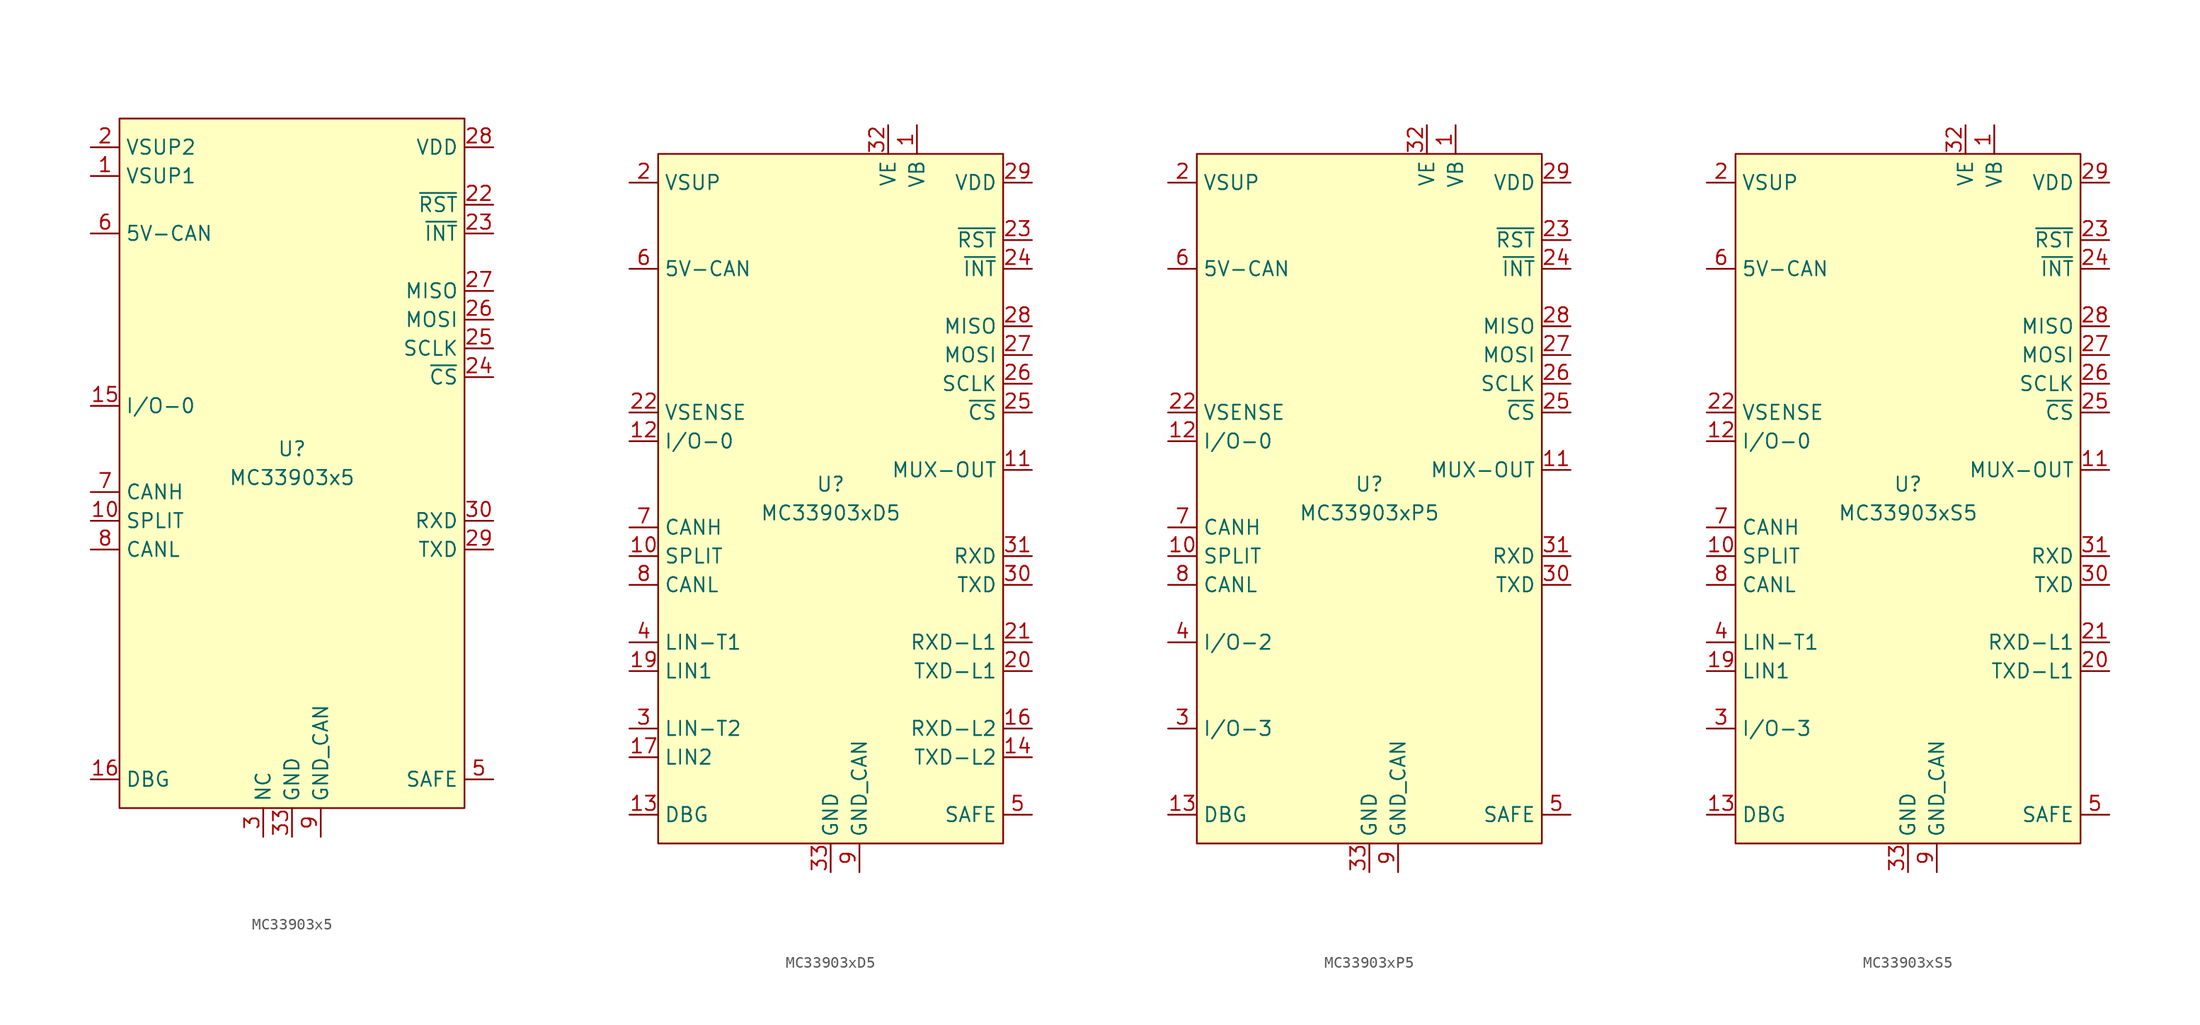
<source format=kicad_sym>
(kicad_symbol_lib
  (version 20211014)
  (generator kicad_symbol_editor)
  (symbol "MC33903x5"
    (property "Reference" "U"
      (at 0 1.27 0)
      (effects (font (size 1.27 1.27))))
    (property "Value" "MC33903x5"
      (at 0 -1.27 0)
      (effects (font (size 1.27 1.27))))
    (symbol "MC33903x5_0_0"
      (pin power_in line (at -17.78 25.4 0) (length 2.54) (name "VSUP1" (effects (font (size 1.27 1.27)))) (number "1" (effects (font (size 1.27 1.27)))))
      (pin output line (at -17.78 -5.08 0) (length 2.54) (name "SPLIT" (effects (font (size 1.27 1.27)))) (number "10" (effects (font (size 1.27 1.27)))))
      (pin passive line (at -2.54 -33.02 90) (length 2.54) hide (name "NC" (effects (font (size 1.27 1.27)))) (number "11" (effects (font (size 1.27 1.27)))))
      (pin passive line (at -2.54 -33.02 90) (length 2.54) hide (name "NC" (effects (font (size 1.27 1.27)))) (number "12" (effects (font (size 1.27 1.27)))))
      (pin passive line (at -2.54 -33.02 90) (length 2.54) hide (name "NC" (effects (font (size 1.27 1.27)))) (number "13" (effects (font (size 1.27 1.27)))))
      (pin passive line (at -2.54 -33.02 90) (length 2.54) hide (name "NC" (effects (font (size 1.27 1.27)))) (number "14" (effects (font (size 1.27 1.27)))))
      (pin bidirectional line (at -17.78 5.08 0) (length 2.54) (name "I/O-0" (effects (font (size 1.27 1.27)))) (number "15" (effects (font (size 1.27 1.27)))))
      (pin input line (at -17.78 -27.94 0) (length 2.54) (name "DBG" (effects (font (size 1.27 1.27)))) (number "16" (effects (font (size 1.27 1.27)))))
      (pin passive line (at -2.54 -33.02 90) (length 2.54) hide (name "NC" (effects (font (size 1.27 1.27)))) (number "17" (effects (font (size 1.27 1.27)))))
      (pin passive line (at -2.54 -33.02 90) (length 2.54) hide (name "NC" (effects (font (size 1.27 1.27)))) (number "18" (effects (font (size 1.27 1.27)))))
      (pin passive line (at -2.54 -33.02 90) (length 2.54) hide (name "NC" (effects (font (size 1.27 1.27)))) (number "19" (effects (font (size 1.27 1.27)))))
      (pin power_in line (at -17.78 27.94 0) (length 2.54) (name "VSUP2" (effects (font (size 1.27 1.27)))) (number "2" (effects (font (size 1.27 1.27)))))
      (pin passive line (at -2.54 -33.02 90) (length 2.54) hide (name "NC" (effects (font (size 1.27 1.27)))) (number "20" (effects (font (size 1.27 1.27)))))
      (pin passive line (at -2.54 -33.02 90) (length 2.54) hide (name "NC" (effects (font (size 1.27 1.27)))) (number "21" (effects (font (size 1.27 1.27)))))
      (pin output line (at 17.78 22.86 180) (length 2.54) (name "~{RST}" (effects (font (size 1.27 1.27)))) (number "22" (effects (font (size 1.27 1.27)))))
      (pin output line (at 17.78 20.32 180) (length 2.54) (name "~{INT}" (effects (font (size 1.27 1.27)))) (number "23" (effects (font (size 1.27 1.27)))))
      (pin input line (at 17.78 7.62 180) (length 2.54) (name "~{CS}" (effects (font (size 1.27 1.27)))) (number "24" (effects (font (size 1.27 1.27)))))
      (pin input line (at 17.78 10.16 180) (length 2.54) (name "SCLK" (effects (font (size 1.27 1.27)))) (number "25" (effects (font (size 1.27 1.27)))))
      (pin input line (at 17.78 12.7 180) (length 2.54) (name "MOSI" (effects (font (size 1.27 1.27)))) (number "26" (effects (font (size 1.27 1.27)))))
      (pin output line (at 17.78 15.24 180) (length 2.54) (name "MISO" (effects (font (size 1.27 1.27)))) (number "27" (effects (font (size 1.27 1.27)))))
      (pin power_out line (at 17.78 27.94 180) (length 2.54) (name "VDD" (effects (font (size 1.27 1.27)))) (number "28" (effects (font (size 1.27 1.27)))))
      (pin input line (at 17.78 -7.62 180) (length 2.54) (name "TXD" (effects (font (size 1.27 1.27)))) (number "29" (effects (font (size 1.27 1.27)))))
      (pin passive line (at -2.54 -33.02 90) (length 2.54) (name "NC" (effects (font (size 1.27 1.27)))) (number "3" (effects (font (size 1.27 1.27)))))
      (pin output line (at 17.78 -5.08 180) (length 2.54) (name "RXD" (effects (font (size 1.27 1.27)))) (number "30" (effects (font (size 1.27 1.27)))))
      (pin passive line (at -2.54 -33.02 90) (length 2.54) hide (name "NC" (effects (font (size 1.27 1.27)))) (number "31" (effects (font (size 1.27 1.27)))))
      (pin passive line (at -2.54 -33.02 90) (length 2.54) hide (name "NC" (effects (font (size 1.27 1.27)))) (number "32" (effects (font (size 1.27 1.27)))))
      (pin power_in line (at 0 -33.02 90) (length 2.54) (name "GND" (effects (font (size 1.27 1.27)))) (number "33" (effects (font (size 1.27 1.27)))))
      (pin passive line (at -2.54 -33.02 90) (length 2.54) hide (name "NC" (effects (font (size 1.27 1.27)))) (number "4" (effects (font (size 1.27 1.27)))))
      (pin output line (at 17.78 -27.94 180) (length 2.54) (name "SAFE" (effects (font (size 1.27 1.27)))) (number "5" (effects (font (size 1.27 1.27)))))
      (pin passive line (at -17.78 20.32 0) (length 2.54) (name "5V-CAN" (effects (font (size 1.27 1.27)))) (number "6" (effects (font (size 1.27 1.27)))))
      (pin bidirectional line (at -17.78 -2.54 0) (length 2.54) (name "CANH" (effects (font (size 1.27 1.27)))) (number "7" (effects (font (size 1.27 1.27)))))
      (pin bidirectional line (at -17.78 -7.62 0) (length 2.54) (name "CANL" (effects (font (size 1.27 1.27)))) (number "8" (effects (font (size 1.27 1.27)))))
      (pin power_in line (at 2.54 -33.02 90) (length 2.54) (name "GND_CAN" (effects (font (size 1.27 1.27)))) (number "9" (effects (font (size 1.27 1.27))))))
    (symbol "MC33903x5_0_1"
      (rectangle (start -15.24 30.48) (end 15.24 -30.48) (stroke (width 0.152) (type default) (color 0 0 0 0)) (fill (type background)))))
  (symbol "MC33903xD5"
    (property "Reference" "U"
      (at 0 1.27 0)
      (effects (font (size 1.27 1.27))))
    (property "Value" "MC33903xD5"
      (at 0 -1.27 0)
      (effects (font (size 1.27 1.27))))
    (symbol "MC33903xD5_0_0"
      (pin output line (at 7.62 33.02 270) (length 2.54) (name "VB" (effects (font (size 1.27 1.27)))) (number "1" (effects (font (size 1.27 1.27)))))
      (pin output line (at -17.78 -5.08 0) (length 2.54) (name "SPLIT" (effects (font (size 1.27 1.27)))) (number "10" (effects (font (size 1.27 1.27)))))
      (pin output line (at 17.78 2.54 180) (length 2.54) (name "MUX-OUT" (effects (font (size 1.27 1.27)))) (number "11" (effects (font (size 1.27 1.27)))))
      (pin bidirectional line (at -17.78 5.08 0) (length 2.54) (name "I/O-0" (effects (font (size 1.27 1.27)))) (number "12" (effects (font (size 1.27 1.27)))))
      (pin input line (at -17.78 -27.94 0) (length 2.54) (name "DBG" (effects (font (size 1.27 1.27)))) (number "13" (effects (font (size 1.27 1.27)))))
      (pin input line (at 17.78 -22.86 180) (length 2.54) (name "TXD-L2" (effects (font (size 1.27 1.27)))) (number "14" (effects (font (size 1.27 1.27)))))
      (pin passive line (at 0 -33.02 90) (length 2.54) hide (name "GND" (effects (font (size 1.27 1.27)))) (number "15" (effects (font (size 1.27 1.27)))))
      (pin output line (at 17.78 -20.32 180) (length 2.54) (name "RXD-L2" (effects (font (size 1.27 1.27)))) (number "16" (effects (font (size 1.27 1.27)))))
      (pin bidirectional line (at -17.78 -22.86 0) (length 2.54) (name "LIN2" (effects (font (size 1.27 1.27)))) (number "17" (effects (font (size 1.27 1.27)))))
      (pin passive line (at 0 -33.02 90) (length 2.54) hide (name "GND" (effects (font (size 1.27 1.27)))) (number "18" (effects (font (size 1.27 1.27)))))
      (pin bidirectional line (at -17.78 -15.24 0) (length 2.54) (name "LIN1" (effects (font (size 1.27 1.27)))) (number "19" (effects (font (size 1.27 1.27)))))
      (pin power_in line (at -17.78 27.94 0) (length 2.54) (name "VSUP" (effects (font (size 1.27 1.27)))) (number "2" (effects (font (size 1.27 1.27)))))
      (pin input line (at 17.78 -15.24 180) (length 2.54) (name "TXD-L1" (effects (font (size 1.27 1.27)))) (number "20" (effects (font (size 1.27 1.27)))))
      (pin output line (at 17.78 -12.7 180) (length 2.54) (name "RXD-L1" (effects (font (size 1.27 1.27)))) (number "21" (effects (font (size 1.27 1.27)))))
      (pin input line (at -17.78 7.62 0) (length 2.54) (name "VSENSE" (effects (font (size 1.27 1.27)))) (number "22" (effects (font (size 1.27 1.27)))))
      (pin output line (at 17.78 22.86 180) (length 2.54) (name "~{RST}" (effects (font (size 1.27 1.27)))) (number "23" (effects (font (size 1.27 1.27)))))
      (pin output line (at 17.78 20.32 180) (length 2.54) (name "~{INT}" (effects (font (size 1.27 1.27)))) (number "24" (effects (font (size 1.27 1.27)))))
      (pin input line (at 17.78 7.62 180) (length 2.54) (name "~{CS}" (effects (font (size 1.27 1.27)))) (number "25" (effects (font (size 1.27 1.27)))))
      (pin input line (at 17.78 10.16 180) (length 2.54) (name "SCLK" (effects (font (size 1.27 1.27)))) (number "26" (effects (font (size 1.27 1.27)))))
      (pin input line (at 17.78 12.7 180) (length 2.54) (name "MOSI" (effects (font (size 1.27 1.27)))) (number "27" (effects (font (size 1.27 1.27)))))
      (pin output line (at 17.78 15.24 180) (length 2.54) (name "MISO" (effects (font (size 1.27 1.27)))) (number "28" (effects (font (size 1.27 1.27)))))
      (pin power_out line (at 17.78 27.94 180) (length 2.54) (name "VDD" (effects (font (size 1.27 1.27)))) (number "29" (effects (font (size 1.27 1.27)))))
      (pin bidirectional line (at -17.78 -20.32 0) (length 2.54) (name "LIN-T2" (effects (font (size 1.27 1.27)))) (number "3" (effects (font (size 1.27 1.27)))) (alternate "I/O-3" bidirectional line))
      (pin input line (at 17.78 -7.62 180) (length 2.54) (name "TXD" (effects (font (size 1.27 1.27)))) (number "30" (effects (font (size 1.27 1.27)))))
      (pin output line (at 17.78 -5.08 180) (length 2.54) (name "RXD" (effects (font (size 1.27 1.27)))) (number "31" (effects (font (size 1.27 1.27)))))
      (pin output line (at 5.08 33.02 270) (length 2.54) (name "VE" (effects (font (size 1.27 1.27)))) (number "32" (effects (font (size 1.27 1.27)))))
      (pin power_in line (at 0 -33.02 90) (length 2.54) (name "GND" (effects (font (size 1.27 1.27)))) (number "33" (effects (font (size 1.27 1.27)))))
      (pin bidirectional line (at -17.78 -12.7 0) (length 2.54) (name "LIN-T1" (effects (font (size 1.27 1.27)))) (number "4" (effects (font (size 1.27 1.27)))) (alternate "I/O-2" bidirectional line))
      (pin output line (at 17.78 -27.94 180) (length 2.54) (name "SAFE" (effects (font (size 1.27 1.27)))) (number "5" (effects (font (size 1.27 1.27)))))
      (pin passive line (at -17.78 20.32 0) (length 2.54) (name "5V-CAN" (effects (font (size 1.27 1.27)))) (number "6" (effects (font (size 1.27 1.27)))))
      (pin bidirectional line (at -17.78 -2.54 0) (length 2.54) (name "CANH" (effects (font (size 1.27 1.27)))) (number "7" (effects (font (size 1.27 1.27)))))
      (pin bidirectional line (at -17.78 -7.62 0) (length 2.54) (name "CANL" (effects (font (size 1.27 1.27)))) (number "8" (effects (font (size 1.27 1.27)))))
      (pin power_in line (at 2.54 -33.02 90) (length 2.54) (name "GND_CAN" (effects (font (size 1.27 1.27)))) (number "9" (effects (font (size 1.27 1.27))))))
    (symbol "MC33903xD5_0_1"
      (rectangle (start -15.24 30.48) (end 15.24 -30.48) (stroke (width 0.152) (type default) (color 0 0 0 0)) (fill (type background)))))
  (symbol "MC33903xP5"
    (property "Reference" "U"
      (at 0 1.27 0)
      (effects (font (size 1.27 1.27))))
    (property "Value" "MC33903xP5"
      (at 0 -1.27 0)
      (effects (font (size 1.27 1.27))))
    (symbol "MC33903xP5_0_0"
      (pin output line (at 7.62 33.02 270) (length 2.54) (name "VB" (effects (font (size 1.27 1.27)))) (number "1" (effects (font (size 1.27 1.27)))))
      (pin output line (at -17.78 -5.08 0) (length 2.54) (name "SPLIT" (effects (font (size 1.27 1.27)))) (number "10" (effects (font (size 1.27 1.27)))))
      (pin output line (at 17.78 2.54 180) (length 2.54) (name "MUX-OUT" (effects (font (size 1.27 1.27)))) (number "11" (effects (font (size 1.27 1.27)))))
      (pin bidirectional line (at -17.78 5.08 0) (length 2.54) (name "I/O-0" (effects (font (size 1.27 1.27)))) (number "12" (effects (font (size 1.27 1.27)))))
      (pin input line (at -17.78 -27.94 0) (length 2.54) (name "DBG" (effects (font (size 1.27 1.27)))) (number "13" (effects (font (size 1.27 1.27)))))
      (pin no_connect line (at 15.24 -22.86 180) (length 2.54) hide (name "NC" (effects (font (size 1.27 1.27)))) (number "14" (effects (font (size 1.27 1.27)))))
      (pin passive line (at 0 -33.02 90) (length 2.54) hide (name "GND" (effects (font (size 1.27 1.27)))) (number "15" (effects (font (size 1.27 1.27)))))
      (pin no_connect line (at 15.24 -20.32 180) (length 2.54) hide (name "NC" (effects (font (size 1.27 1.27)))) (number "16" (effects (font (size 1.27 1.27)))))
      (pin no_connect line (at -15.24 -22.86 0) (length 2.54) hide (name "NC" (effects (font (size 1.27 1.27)))) (number "17" (effects (font (size 1.27 1.27)))))
      (pin passive line (at 0 -33.02 90) (length 2.54) hide (name "GND" (effects (font (size 1.27 1.27)))) (number "18" (effects (font (size 1.27 1.27)))))
      (pin no_connect line (at -15.24 -15.24 0) (length 2.54) hide (name "NC" (effects (font (size 1.27 1.27)))) (number "19" (effects (font (size 1.27 1.27)))))
      (pin power_in line (at -17.78 27.94 0) (length 2.54) (name "VSUP" (effects (font (size 1.27 1.27)))) (number "2" (effects (font (size 1.27 1.27)))))
      (pin no_connect line (at 15.24 -15.24 180) (length 2.54) hide (name "NC" (effects (font (size 1.27 1.27)))) (number "20" (effects (font (size 1.27 1.27)))))
      (pin no_connect line (at 15.24 -12.7 180) (length 2.54) hide (name "NC" (effects (font (size 1.27 1.27)))) (number "21" (effects (font (size 1.27 1.27)))))
      (pin input line (at -17.78 7.62 0) (length 2.54) (name "VSENSE" (effects (font (size 1.27 1.27)))) (number "22" (effects (font (size 1.27 1.27)))))
      (pin output line (at 17.78 22.86 180) (length 2.54) (name "~{RST}" (effects (font (size 1.27 1.27)))) (number "23" (effects (font (size 1.27 1.27)))))
      (pin output line (at 17.78 20.32 180) (length 2.54) (name "~{INT}" (effects (font (size 1.27 1.27)))) (number "24" (effects (font (size 1.27 1.27)))))
      (pin input line (at 17.78 7.62 180) (length 2.54) (name "~{CS}" (effects (font (size 1.27 1.27)))) (number "25" (effects (font (size 1.27 1.27)))))
      (pin input line (at 17.78 10.16 180) (length 2.54) (name "SCLK" (effects (font (size 1.27 1.27)))) (number "26" (effects (font (size 1.27 1.27)))))
      (pin input line (at 17.78 12.7 180) (length 2.54) (name "MOSI" (effects (font (size 1.27 1.27)))) (number "27" (effects (font (size 1.27 1.27)))))
      (pin output line (at 17.78 15.24 180) (length 2.54) (name "MISO" (effects (font (size 1.27 1.27)))) (number "28" (effects (font (size 1.27 1.27)))))
      (pin power_out line (at 17.78 27.94 180) (length 2.54) (name "VDD" (effects (font (size 1.27 1.27)))) (number "29" (effects (font (size 1.27 1.27)))))
      (pin bidirectional line (at -17.78 -20.32 0) (length 2.54) (name "I/O-3" (effects (font (size 1.27 1.27)))) (number "3" (effects (font (size 1.27 1.27)))))
      (pin input line (at 17.78 -7.62 180) (length 2.54) (name "TXD" (effects (font (size 1.27 1.27)))) (number "30" (effects (font (size 1.27 1.27)))))
      (pin output line (at 17.78 -5.08 180) (length 2.54) (name "RXD" (effects (font (size 1.27 1.27)))) (number "31" (effects (font (size 1.27 1.27)))))
      (pin output line (at 5.08 33.02 270) (length 2.54) (name "VE" (effects (font (size 1.27 1.27)))) (number "32" (effects (font (size 1.27 1.27)))))
      (pin power_in line (at 0 -33.02 90) (length 2.54) (name "GND" (effects (font (size 1.27 1.27)))) (number "33" (effects (font (size 1.27 1.27)))))
      (pin bidirectional line (at -17.78 -12.7 0) (length 2.54) (name "I/O-2" (effects (font (size 1.27 1.27)))) (number "4" (effects (font (size 1.27 1.27)))))
      (pin output line (at 17.78 -27.94 180) (length 2.54) (name "SAFE" (effects (font (size 1.27 1.27)))) (number "5" (effects (font (size 1.27 1.27)))))
      (pin passive line (at -17.78 20.32 0) (length 2.54) (name "5V-CAN" (effects (font (size 1.27 1.27)))) (number "6" (effects (font (size 1.27 1.27)))))
      (pin bidirectional line (at -17.78 -2.54 0) (length 2.54) (name "CANH" (effects (font (size 1.27 1.27)))) (number "7" (effects (font (size 1.27 1.27)))))
      (pin bidirectional line (at -17.78 -7.62 0) (length 2.54) (name "CANL" (effects (font (size 1.27 1.27)))) (number "8" (effects (font (size 1.27 1.27)))))
      (pin power_in line (at 2.54 -33.02 90) (length 2.54) (name "GND_CAN" (effects (font (size 1.27 1.27)))) (number "9" (effects (font (size 1.27 1.27))))))
    (symbol "MC33903xP5_0_1"
      (rectangle (start -15.24 30.48) (end 15.24 -30.48) (stroke (width 0.152) (type default) (color 0 0 0 0)) (fill (type background)))))
  (symbol "MC33903xS5"
    (property "Reference" "U"
      (at 0 1.27 0)
      (effects (font (size 1.27 1.27))))
    (property "Value" "MC33903xS5"
      (at 0 -1.27 0)
      (effects (font (size 1.27 1.27))))
    (symbol "MC33903xS5_0_0"
      (pin output line (at 7.62 33.02 270) (length 2.54) (name "VB" (effects (font (size 1.27 1.27)))) (number "1" (effects (font (size 1.27 1.27)))))
      (pin output line (at -17.78 -5.08 0) (length 2.54) (name "SPLIT" (effects (font (size 1.27 1.27)))) (number "10" (effects (font (size 1.27 1.27)))))
      (pin output line (at 17.78 2.54 180) (length 2.54) (name "MUX-OUT" (effects (font (size 1.27 1.27)))) (number "11" (effects (font (size 1.27 1.27)))))
      (pin bidirectional line (at -17.78 5.08 0) (length 2.54) (name "I/O-0" (effects (font (size 1.27 1.27)))) (number "12" (effects (font (size 1.27 1.27)))))
      (pin input line (at -17.78 -27.94 0) (length 2.54) (name "DBG" (effects (font (size 1.27 1.27)))) (number "13" (effects (font (size 1.27 1.27)))))
      (pin no_connect line (at 15.24 -22.86 180) (length 2.54) hide (name "NC" (effects (font (size 1.27 1.27)))) (number "14" (effects (font (size 1.27 1.27)))))
      (pin passive line (at 0 -33.02 90) (length 2.54) hide (name "GND" (effects (font (size 1.27 1.27)))) (number "15" (effects (font (size 1.27 1.27)))))
      (pin no_connect line (at 15.24 -20.32 180) (length 2.54) hide (name "NC" (effects (font (size 1.27 1.27)))) (number "16" (effects (font (size 1.27 1.27)))))
      (pin no_connect line (at -15.24 -22.86 0) (length 2.54) hide (name "NC" (effects (font (size 1.27 1.27)))) (number "17" (effects (font (size 1.27 1.27)))))
      (pin passive line (at 0 -33.02 90) (length 2.54) hide (name "GND" (effects (font (size 1.27 1.27)))) (number "18" (effects (font (size 1.27 1.27)))))
      (pin bidirectional line (at -17.78 -15.24 0) (length 2.54) (name "LIN1" (effects (font (size 1.27 1.27)))) (number "19" (effects (font (size 1.27 1.27)))))
      (pin power_in line (at -17.78 27.94 0) (length 2.54) (name "VSUP" (effects (font (size 1.27 1.27)))) (number "2" (effects (font (size 1.27 1.27)))))
      (pin input line (at 17.78 -15.24 180) (length 2.54) (name "TXD-L1" (effects (font (size 1.27 1.27)))) (number "20" (effects (font (size 1.27 1.27)))))
      (pin output line (at 17.78 -12.7 180) (length 2.54) (name "RXD-L1" (effects (font (size 1.27 1.27)))) (number "21" (effects (font (size 1.27 1.27)))))
      (pin input line (at -17.78 7.62 0) (length 2.54) (name "VSENSE" (effects (font (size 1.27 1.27)))) (number "22" (effects (font (size 1.27 1.27)))))
      (pin output line (at 17.78 22.86 180) (length 2.54) (name "~{RST}" (effects (font (size 1.27 1.27)))) (number "23" (effects (font (size 1.27 1.27)))))
      (pin output line (at 17.78 20.32 180) (length 2.54) (name "~{INT}" (effects (font (size 1.27 1.27)))) (number "24" (effects (font (size 1.27 1.27)))))
      (pin input line (at 17.78 7.62 180) (length 2.54) (name "~{CS}" (effects (font (size 1.27 1.27)))) (number "25" (effects (font (size 1.27 1.27)))))
      (pin input line (at 17.78 10.16 180) (length 2.54) (name "SCLK" (effects (font (size 1.27 1.27)))) (number "26" (effects (font (size 1.27 1.27)))))
      (pin input line (at 17.78 12.7 180) (length 2.54) (name "MOSI" (effects (font (size 1.27 1.27)))) (number "27" (effects (font (size 1.27 1.27)))))
      (pin output line (at 17.78 15.24 180) (length 2.54) (name "MISO" (effects (font (size 1.27 1.27)))) (number "28" (effects (font (size 1.27 1.27)))))
      (pin power_out line (at 17.78 27.94 180) (length 2.54) (name "VDD" (effects (font (size 1.27 1.27)))) (number "29" (effects (font (size 1.27 1.27)))))
      (pin bidirectional line (at -17.78 -20.32 0) (length 2.54) (name "I/O-3" (effects (font (size 1.27 1.27)))) (number "3" (effects (font (size 1.27 1.27)))))
      (pin input line (at 17.78 -7.62 180) (length 2.54) (name "TXD" (effects (font (size 1.27 1.27)))) (number "30" (effects (font (size 1.27 1.27)))))
      (pin output line (at 17.78 -5.08 180) (length 2.54) (name "RXD" (effects (font (size 1.27 1.27)))) (number "31" (effects (font (size 1.27 1.27)))))
      (pin output line (at 5.08 33.02 270) (length 2.54) (name "VE" (effects (font (size 1.27 1.27)))) (number "32" (effects (font (size 1.27 1.27)))))
      (pin power_in line (at 0 -33.02 90) (length 2.54) (name "GND" (effects (font (size 1.27 1.27)))) (number "33" (effects (font (size 1.27 1.27)))))
      (pin bidirectional line (at -17.78 -12.7 0) (length 2.54) (name "LIN-T1" (effects (font (size 1.27 1.27)))) (number "4" (effects (font (size 1.27 1.27)))) (alternate "I/O-2" bidirectional line))
      (pin output line (at 17.78 -27.94 180) (length 2.54) (name "SAFE" (effects (font (size 1.27 1.27)))) (number "5" (effects (font (size 1.27 1.27)))))
      (pin passive line (at -17.78 20.32 0) (length 2.54) (name "5V-CAN" (effects (font (size 1.27 1.27)))) (number "6" (effects (font (size 1.27 1.27)))))
      (pin bidirectional line (at -17.78 -2.54 0) (length 2.54) (name "CANH" (effects (font (size 1.27 1.27)))) (number "7" (effects (font (size 1.27 1.27)))))
      (pin bidirectional line (at -17.78 -7.62 0) (length 2.54) (name "CANL" (effects (font (size 1.27 1.27)))) (number "8" (effects (font (size 1.27 1.27)))))
      (pin power_in line (at 2.54 -33.02 90) (length 2.54) (name "GND_CAN" (effects (font (size 1.27 1.27)))) (number "9" (effects (font (size 1.27 1.27))))))
    (symbol "MC33903xS5_0_1"
      (rectangle (start -15.24 30.48) (end 15.24 -30.48) (stroke (width 0.152) (type default) (color 0 0 0 0)) (fill (type background))))))
</source>
